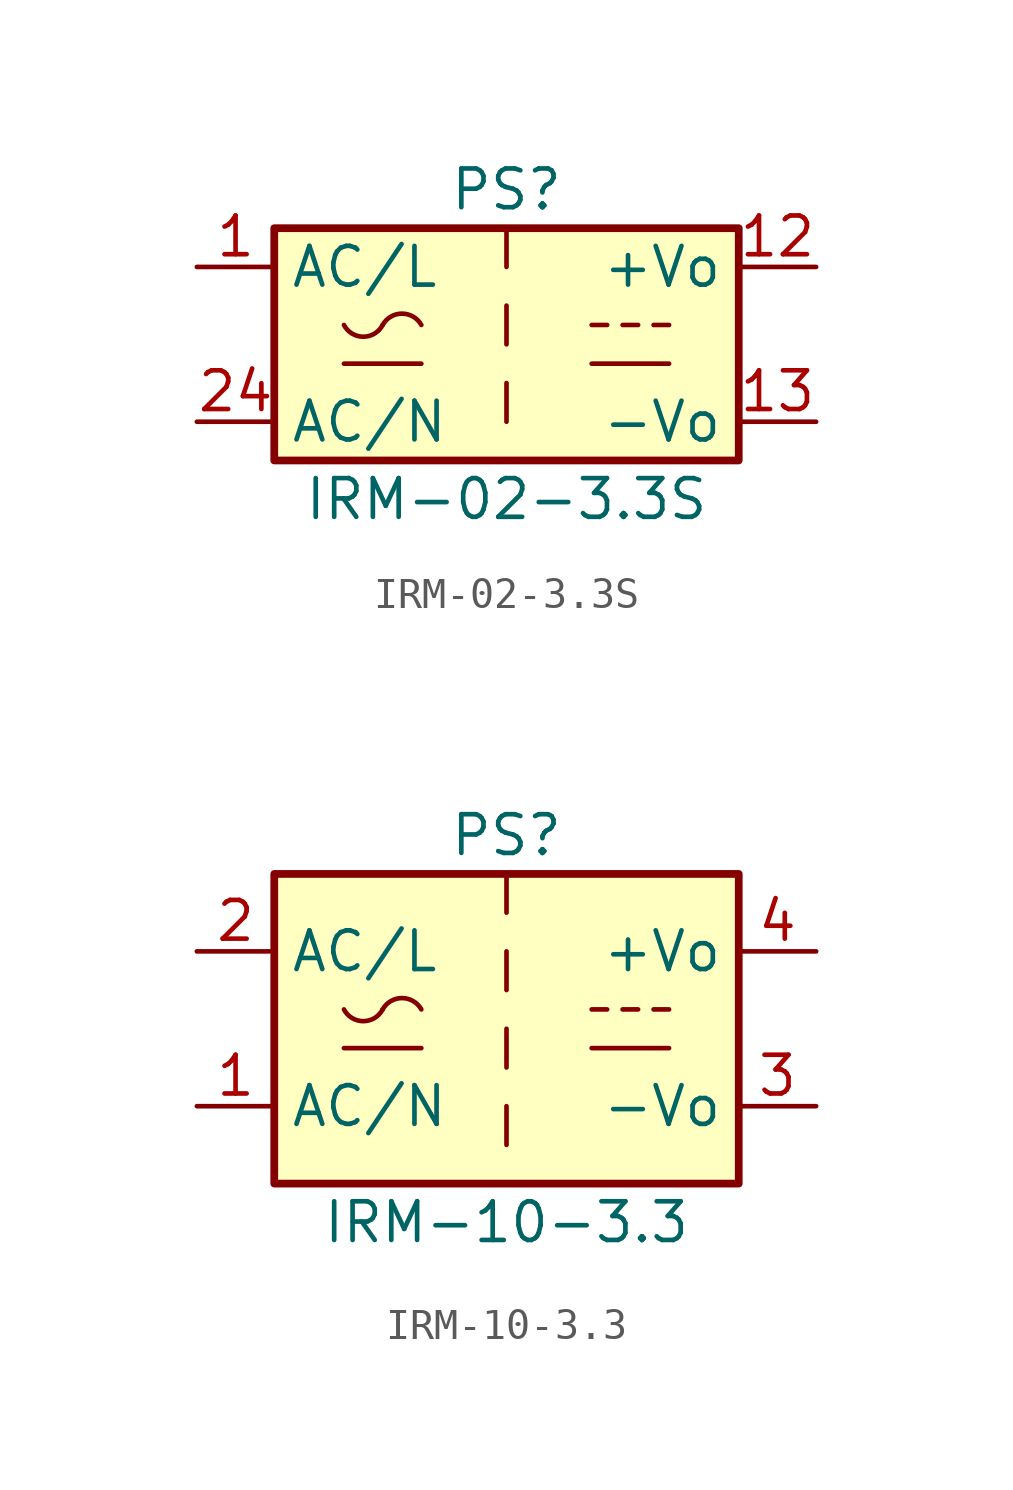
<source format=kicad_sym>
(kicad_symbol_lib
  (version 20201005)
  (generator kicad_symbol_editor)
  (symbol "IRM-02-3.3S"
    (property "Reference" "PS"
      (at 0 5.08 0)
      (effects (font (size 1.27 1.27))))
    (property "Value" "IRM-02-3.3S"
      (at 0 -5.08 0)
      (effects (font (size 1.27 1.27))))
    (symbol "IRM-02-3.3S_1_1"
      (arc (start -5.334 0.635) (end -4.064 0.635) (radius (at -4.699 0.9652) (length 0.7112) (angles -152.5 -27.5)) (stroke (width 0)) (fill (type none)))
      (arc (start -2.794 0.635) (end -4.064 0.635) (radius (at -3.429 0.2794) (length 0.7366) (angles 29.2 150.8)) (stroke (width 0)) (fill (type none)))
      (rectangle (start -7.62 3.81) (end 7.62 -3.81) (stroke (width 0.254)) (fill (type background)))
      (polyline (pts (xy -5.334 -0.635) (xy -2.794 -0.635)) (stroke (width 0)) (fill (type none)))
      (polyline (pts (xy 0 -1.27) (xy 0 -2.54)) (stroke (width 0)) (fill (type none)))
      (polyline (pts (xy 0 1.27) (xy 0 0)) (stroke (width 0)) (fill (type none)))
      (polyline (pts (xy 0 3.81) (xy 0 2.54)) (stroke (width 0)) (fill (type none)))
      (polyline (pts (xy 2.794 -0.635) (xy 5.334 -0.635)) (stroke (width 0)) (fill (type none)))
      (polyline (pts (xy 2.794 0.635) (xy 3.302 0.635)) (stroke (width 0)) (fill (type none)))
      (polyline (pts (xy 3.81 0.635) (xy 4.318 0.635)) (stroke (width 0)) (fill (type none)))
      (polyline (pts (xy 4.826 0.635) (xy 5.334 0.635)) (stroke (width 0)) (fill (type none)))
      (pin power_in line (at -10.16 2.54 0) (length 2.54) (name "AC/L" (effects (font (size 1.27 1.27)))) (number "1" (effects (font (size 1.27 1.27)))))
      (pin power_out line (at 10.16 2.54 180) (length 2.54) (name "+Vo" (effects (font (size 1.27 1.27)))) (number "12" (effects (font (size 1.27 1.27)))))
      (pin power_out line (at 10.16 -2.54 180) (length 2.54) (name "-Vo" (effects (font (size 1.27 1.27)))) (number "13" (effects (font (size 1.27 1.27)))))
      (pin power_in line (at -10.16 -2.54 0) (length 2.54) (name "AC/N" (effects (font (size 1.27 1.27)))) (number "24" (effects (font (size 1.27 1.27)))))))
  (symbol "IRM-10-3.3"
    (property "Reference" "PS"
      (at 0 6.35 0)
      (effects (font (size 1.27 1.27))))
    (property "Value" "IRM-10-3.3"
      (at 0 -6.35 0)
      (effects (font (size 1.27 1.27))))
    (symbol "IRM-10-3.3_0_1"
      (arc (start -5.334 0.635) (end -4.064 0.635) (radius (at -4.699 0.9652) (length 0.7112) (angles -152.5 -27.5)) (stroke (width 0)) (fill (type none)))
      (arc (start -2.794 0.635) (end -4.064 0.635) (radius (at -3.429 0.2794) (length 0.7366) (angles 29.2 150.8)) (stroke (width 0)) (fill (type none)))
      (rectangle (start -7.62 5.08) (end 7.62 -5.08) (stroke (width 0.254)) (fill (type background)))
      (polyline (pts (xy -5.334 -0.635) (xy -2.794 -0.635)) (stroke (width 0)) (fill (type none)))
      (polyline (pts (xy 0 -2.54) (xy 0 -3.81)) (stroke (width 0)) (fill (type none)))
      (polyline (pts (xy 0 0) (xy 0 -1.27)) (stroke (width 0)) (fill (type none)))
      (polyline (pts (xy 0 2.54) (xy 0 1.27)) (stroke (width 0)) (fill (type none)))
      (polyline (pts (xy 0 5.08) (xy 0 3.81)) (stroke (width 0)) (fill (type none)))
      (polyline (pts (xy 2.794 -0.635) (xy 5.334 -0.635)) (stroke (width 0)) (fill (type none)))
      (polyline (pts (xy 2.794 0.635) (xy 3.302 0.635)) (stroke (width 0)) (fill (type none)))
      (polyline (pts (xy 3.81 0.635) (xy 4.318 0.635)) (stroke (width 0)) (fill (type none)))
      (polyline (pts (xy 4.826 0.635) (xy 5.334 0.635)) (stroke (width 0)) (fill (type none))))
    (symbol "IRM-10-3.3_1_1"
      (pin power_in line (at -10.16 -2.54 0) (length 2.54) (name "AC/N" (effects (font (size 1.27 1.27)))) (number "1" (effects (font (size 1.27 1.27)))))
      (pin power_in line (at -10.16 2.54 0) (length 2.54) (name "AC/L" (effects (font (size 1.27 1.27)))) (number "2" (effects (font (size 1.27 1.27)))))
      (pin power_out line (at 10.16 -2.54 180) (length 2.54) (name "-Vo" (effects (font (size 1.27 1.27)))) (number "3" (effects (font (size 1.27 1.27)))))
      (pin power_out line (at 10.16 2.54 180) (length 2.54) (name "+Vo" (effects (font (size 1.27 1.27)))) (number "4" (effects (font (size 1.27 1.27))))))))
</source>
